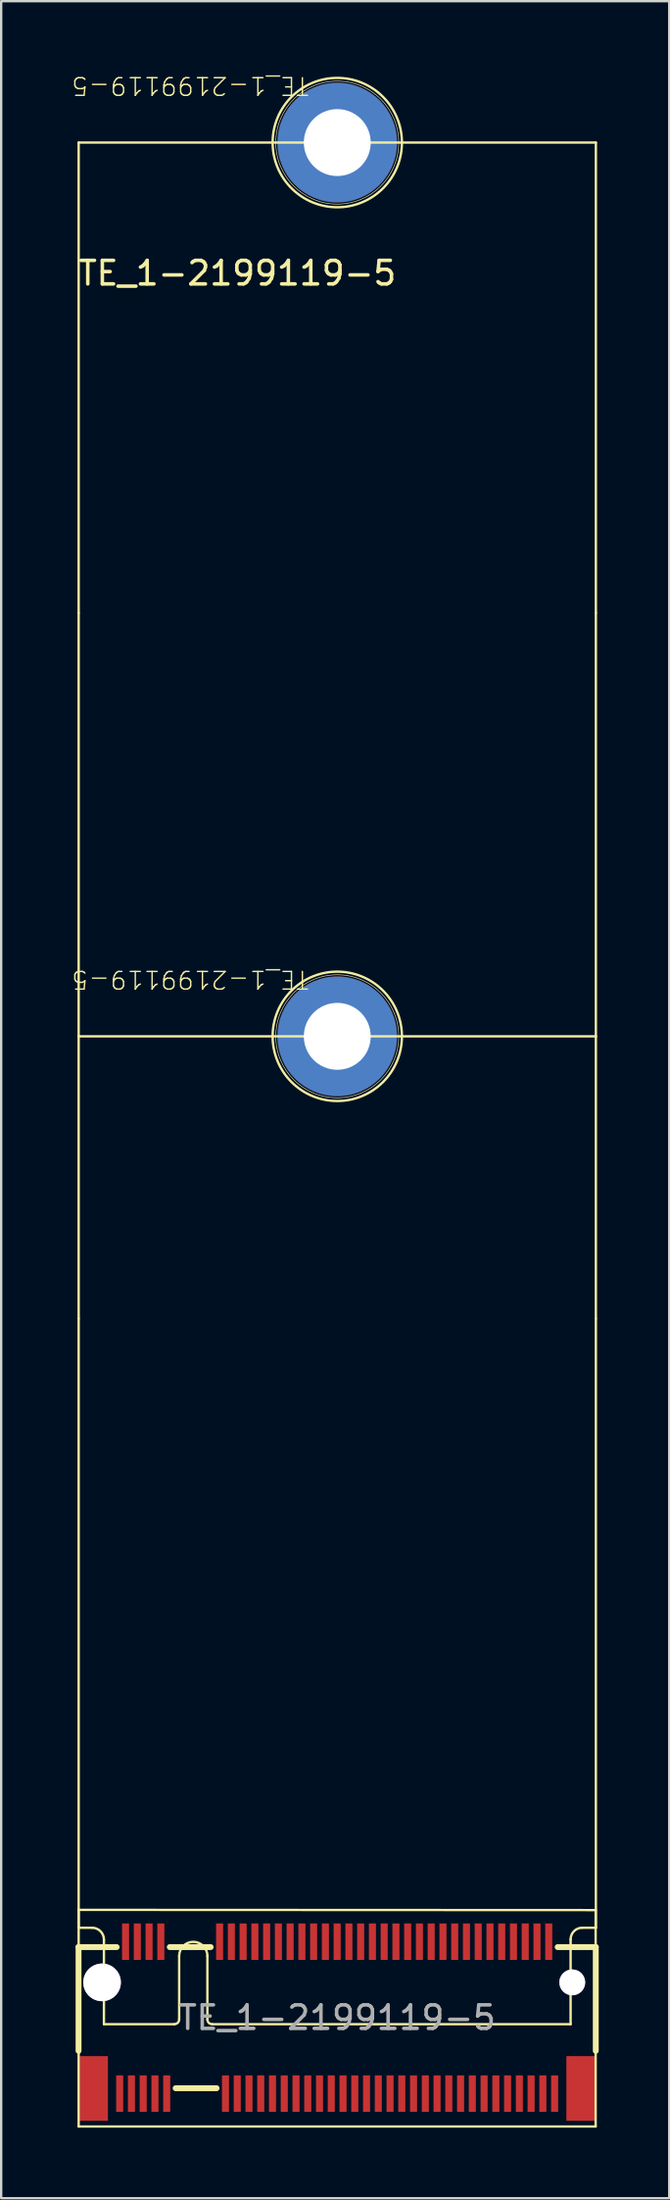
<source format=kicad_pcb>
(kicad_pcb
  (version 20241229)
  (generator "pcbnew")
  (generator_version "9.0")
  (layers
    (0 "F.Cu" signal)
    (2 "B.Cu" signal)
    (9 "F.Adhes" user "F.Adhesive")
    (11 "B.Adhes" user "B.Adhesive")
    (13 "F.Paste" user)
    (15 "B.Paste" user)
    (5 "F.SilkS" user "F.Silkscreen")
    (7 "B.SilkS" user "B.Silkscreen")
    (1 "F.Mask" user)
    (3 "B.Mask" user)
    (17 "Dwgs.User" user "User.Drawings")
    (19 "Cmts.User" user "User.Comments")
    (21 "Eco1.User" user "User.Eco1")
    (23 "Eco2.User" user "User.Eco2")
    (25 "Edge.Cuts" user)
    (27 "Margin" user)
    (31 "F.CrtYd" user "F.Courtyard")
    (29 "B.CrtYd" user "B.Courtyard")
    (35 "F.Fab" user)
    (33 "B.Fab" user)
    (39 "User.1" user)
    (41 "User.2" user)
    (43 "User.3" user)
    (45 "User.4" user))
  (footprint "TE_1-2199119-5"
    (layer "F.Cu")
    (at 15.012 14.527)
    (property "Reference" "TE_1-2199119-5" (at -7.965 -5.962 0) (layer "F.SilkS") (effects (font (size 1.001 1.001) (thickness 0.15))))
    (attr smd)
    (fp_line (start -14.721 65.208) (end -14.721 69.618) (stroke (width 0.25) (type solid)) (layer "F.SilkS"))
    (fp_line (start -14.716 -11.515) (end -14.716 8.485) (stroke (width 0.1) (type solid)) (layer "F.SilkS"))
    (fp_line (start -14.716 38.485) (end -14.716 64.385) (stroke (width 0.1) (type solid)) (layer "F.SilkS"))
    (fp_line (start -14.716 26.485) (end -14.716 38.485) (stroke (width 0.1) (type solid)) (layer "F.SilkS"))
    (fp_line (start -14.716 63.625) (end 7.274 63.635) (stroke (width 0.1) (type default)) (layer "F.SilkS"))
    (fp_line (start -14.716 8.485) (end -14.716 26.485) (stroke (width 0.1) (type solid)) (layer "F.SilkS"))
    (fp_line (start -14.716 72.835) (end -14.716 63.625) (stroke (width 0.1) (type default)) (layer "F.SilkS"))
    (fp_line (start -14.146 64.385) (end -14.716 64.385) (stroke (width 0.1) (type solid)) (layer "F.SilkS"))
    (fp_line (start -13.641 64.89) (end -13.641 68.485) (stroke (width 0.1) (type solid)) (layer "F.SilkS"))
    (fp_line (start -13.101 65.208) (end -14.721 65.208) (stroke (width 0.25) (type solid)) (layer "F.SilkS"))
    (fp_line (start -10.646 68.485) (end -13.641 68.485) (stroke (width 0.1) (type solid)) (layer "F.SilkS"))
    (fp_line (start -10.441 65.585) (end -10.441 68.28) (stroke (width 0.1) (type solid)) (layer "F.SilkS"))
    (fp_line (start -9.241 65.585) (end -9.241 68.285) (stroke (width 0.1) (type solid)) (layer "F.SilkS"))
    (fp_line (start -9.101 65.208) (end -10.841 65.208) (stroke (width 0.25) (type solid)) (layer "F.SilkS"))
    (fp_line (start -8.851 71.208) (end -10.591 71.208) (stroke (width 0.25) (type solid)) (layer "F.SilkS"))
    (fp_line (start 5.659 65.208) (end 7.279 65.208) (stroke (width 0.25) (type solid)) (layer "F.SilkS"))
    (fp_line (start 6.209 64.88) (end 6.209 68.485) (stroke (width 0.1) (type solid)) (layer "F.SilkS"))
    (fp_line (start 6.209 68.485) (end -9.041 68.485) (stroke (width 0.1) (type solid)) (layer "F.SilkS"))
    (fp_line (start 7.274 72.835) (end -14.716 72.835) (stroke (width 0.1) (type default)) (layer "F.SilkS"))
    (fp_line (start 7.274 63.635) (end 7.274 72.835) (stroke (width 0.1) (type default)) (layer "F.SilkS"))
    (fp_line (start 7.279 65.208) (end 7.279 69.618) (stroke (width 0.25) (type solid)) (layer "F.SilkS"))
    (fp_line (start 7.284 -11.515) (end -14.716 -11.515) (stroke (width 0.1) (type solid)) (layer "F.SilkS"))
    (fp_line (start 7.284 -11.515) (end 7.284 8.485) (stroke (width 0.1) (type solid)) (layer "F.SilkS"))
    (fp_line (start 7.284 8.485) (end 7.284 26.485) (stroke (width 0.1) (type solid)) (layer "F.SilkS"))
    (fp_line (start 7.284 38.485) (end 7.284 64.385) (stroke (width 0.1) (type solid)) (layer "F.SilkS"))
    (fp_line (start 7.284 64.385) (end 6.704 64.385) (stroke (width 0.1) (type solid)) (layer "F.SilkS"))
    (fp_line (start 7.284 26.485) (end -14.716 26.485) (stroke (width 0.1) (type solid)) (layer "F.SilkS"))
    (fp_line (start 7.284 26.485) (end 7.284 38.485) (stroke (width 0.1) (type solid)) (layer "F.SilkS"))
    (fp_arc (start -14.145777 64.38499) (mid -13.788689 64.532901) (end -13.640776 64.889988) (stroke (width 0.1) (type solid)) (layer "F.SilkS"))
    (fp_arc (start -10.440777 65.584986) (mid -9.840776 64.984991) (end -9.240777 65.584989) (stroke (width 0.1) (type solid)) (layer "F.SilkS"))
    (fp_arc (start -10.440777 68.279991) (mid -10.500822 68.424944) (end -10.645777 68.484989) (stroke (width 0.1) (type solid)) (layer "F.SilkS"))
    (fp_arc (start -9.040777 68.484985) (mid -9.182199 68.426411) (end -9.240776 68.284991) (stroke (width 0.1) (type solid)) (layer "F.SilkS"))
    (fp_arc (start 6.209224 64.879992) (mid 6.354205 64.529971) (end 6.704223 64.384989) (stroke (width 0.1) (type solid)) (layer "F.SilkS"))
    (fp_circle (center -3.716 -11.515) (end -3.716 -14.13) (stroke (width 0.025) (type solid)) (fill no) (layer "F.SilkS"))
    (fp_circle (center -3.716 -11.515) (end -3.716 -8.765) (stroke (width 0.1) (type solid)) (fill no) (layer "F.SilkS"))
    (fp_circle (center -3.716 26.485) (end -3.716 29.235) (stroke (width 0.1) (type solid)) (fill no) (layer "F.SilkS"))
    (fp_circle (center -3.716 26.485) (end -3.716 23.87) (stroke (width 0.025) (type solid)) (fill no) (layer "F.SilkS"))
    (fp_circle (center -3.708 -11.515) (end -3.708 -12.848) (stroke (width 0.025) (type solid)) (fill no) (layer "F.SilkS"))
    (fp_circle (center -3.708 26.485) (end -3.708 25.152) (stroke (width 0.025) (type solid)) (fill no) (layer "F.SilkS"))
    (fp_arc (start -4.74038 -9.849519) (mid -5.659393 -11.691059) (end -4.43738 -13.347118) (stroke (width 0.762) (type solid)) (layer "F.Paste"))
    (fp_arc (start -4.740379 28.150486) (mid -5.659392 26.308946) (end -4.437379 24.652887) (stroke (width 0.762) (type solid)) (layer "F.Paste"))
    (fp_arc (start -2.875273 -13.263511) (mid -1.791145 -11.247794) (end -3.343673 -9.566104) (stroke (width 0.762) (type solid)) (layer "F.Paste"))
    (fp_arc (start -2.875272 24.736494) (mid -1.791144 26.752211) (end -3.343672 28.433901) (stroke (width 0.762) (type solid)) (layer "F.Paste"))
    (fp_circle (center -3.715 -11.515) (end -3.715 -14.13) (stroke (width 0.025) (type solid)) (fill no) (layer "Eco1.User"))
    (fp_circle (center -3.715 26.485) (end -3.715 23.87) (stroke (width 0.025) (type solid)) (fill no) (layer "Eco1.User"))
    (fp_poly (pts (xy 7.284 63.635) (xy 7.284 72.835) (xy -14.716 72.835) (xy -14.716 63.635)) (stroke (width 0.1) (type dash)) (fill no) (layer "Eco1.User"))
    (fp_poly (pts (xy -1.038 -11.515) (xy -1.07 -11.934) (xy -1.169 -12.343) (xy -1.329 -12.731) (xy -1.549 -13.089) (xy -1.822 -13.409) (xy -2.142 -13.682) (xy -2.5 -13.901) (xy -2.888 -14.062) (xy -3.297 -14.16) (xy -3.716 -14.193) (xy -4.135 -14.16) (xy -4.543 -14.062) (xy -4.932 -13.901) (xy -5.051 -13.828) (xy -5.29 -13.682) (xy -5.61 -13.409) (xy -5.883 -13.089) (xy -6.102 -12.731) (xy -6.263 -12.343) (xy -6.361 -11.934) (xy -6.394 -11.515) (xy -6.361 -11.096) (xy -6.263 -10.687) (xy -6.102 -10.299) (xy -5.883 -9.941) (xy -5.61 -9.621) (xy -5.29 -9.348) (xy -5.051 -9.202) (xy -4.932 -9.129) (xy -4.543 -8.968) (xy -4.135 -8.87) (xy -3.716 -8.837) (xy -3.297 -8.87) (xy -2.888 -8.968) (xy -2.5 -9.129) (xy -2.142 -9.348) (xy -1.822 -9.621) (xy -1.549 -9.941) (xy -1.329 -10.299) (xy -1.169 -10.687) (xy -1.07 -11.096)) (stroke (width 0.1) (type dash)) (fill no) (layer "Eco1.User"))
    (fp_poly (pts (xy -1.038 26.485) (xy -1.07 26.066) (xy -1.169 25.657) (xy -1.329 25.269) (xy -1.549 24.911) (xy -1.822 24.591) (xy -2.142 24.318) (xy -2.5 24.099) (xy -2.888 23.938) (xy -3.297 23.84) (xy -3.716 23.807) (xy -4.135 23.84) (xy -4.543 23.938) (xy -4.932 24.099) (xy -5.051 24.172) (xy -5.29 24.318) (xy -5.61 24.591) (xy -5.883 24.911) (xy -6.102 25.269) (xy -6.263 25.657) (xy -6.361 26.066) (xy -6.394 26.485) (xy -6.361 26.904) (xy -6.263 27.313) (xy -6.102 27.701) (xy -5.883 28.059) (xy -5.61 28.379) (xy -5.29 28.652) (xy -5.051 28.798) (xy -4.932 28.871) (xy -4.543 29.032) (xy -4.135 29.13) (xy -3.716 29.163) (xy -3.297 29.13) (xy -2.888 29.032) (xy -2.5 28.871) (xy -2.142 28.652) (xy -1.822 28.379) (xy -1.549 28.059) (xy -1.329 27.701) (xy -1.169 27.313) (xy -1.07 26.904)) (stroke (width 0.1) (type dash)) (fill no) (layer "Eco1.User"))
    (fp_poly (pts (xy -1.173 -11.515) (xy -1.222 -12.011) (xy -1.367 -12.488) (xy -1.602 -12.928) (xy -1.918 -13.313) (xy -2.303 -13.629) (xy -2.743 -13.864) (xy -3.22 -14.009) (xy -3.716 -14.058) (xy -4.212 -14.009) (xy -4.689 -13.864) (xy -4.982 -13.707) (xy -5.128 -13.629) (xy -5.514 -13.313) (xy -5.83 -12.928) (xy -6.065 -12.488) (xy -6.209 -12.011) (xy -6.258 -11.515) (xy -6.209 -11.019) (xy -6.065 -10.542) (xy -5.83 -10.102) (xy -5.514 -9.717) (xy -5.128 -9.401) (xy -4.982 -9.323) (xy -4.689 -9.166) (xy -4.212 -9.021) (xy -3.716 -8.972) (xy -3.22 -9.021) (xy -2.743 -9.166) (xy -2.303 -9.401) (xy -1.918 -9.717) (xy -1.602 -10.102) (xy -1.367 -10.542) (xy -1.222 -11.019)) (stroke (width 0.1) (type default)) (fill no) (layer "User.7"))
    (fp_poly (pts (xy -1.173 26.485) (xy -1.222 25.989) (xy -1.367 25.512) (xy -1.602 25.072) (xy -1.918 24.687) (xy -2.303 24.371) (xy -2.743 24.136) (xy -3.22 23.991) (xy -3.716 23.942) (xy -4.212 23.991) (xy -4.689 24.136) (xy -4.982 24.293) (xy -5.128 24.371) (xy -5.514 24.687) (xy -5.83 25.072) (xy -6.065 25.512) (xy -6.209 25.989) (xy -6.258 26.485) (xy -6.209 26.981) (xy -6.065 27.458) (xy -5.83 27.898) (xy -5.514 28.283) (xy -5.128 28.599) (xy -4.982 28.677) (xy -4.689 28.834) (xy -4.212 28.979) (xy -3.716 29.028) (xy -3.22 28.979) (xy -2.743 28.834) (xy -2.303 28.599) (xy -1.918 28.283) (xy -1.602 27.898) (xy -1.367 27.458) (xy -1.222 26.981)) (stroke (width 0.1) (type default)) (fill no) (layer "User.7"))
    (fp_text user "${REFERENCE}" (at -4.875 -14.369 180) (unlocked yes) (layer "F.SilkS") (effects (font (size 0.75 0.75) (thickness 0.06)) (justify left bottom)))
    (fp_text user "${REFERENCE}" (at -4.875 23.631 180) (unlocked yes) (layer "F.SilkS") (effects (font (size 0.75 0.75) (thickness 0.06)) (justify left bottom)))
    (fp_text user "1" (at -3.741 26.482 180) (unlocked yes) (layer "Eco1.User") (effects (font (size 1.016 1.016) (thickness 0.076)) (justify left bottom)))
    (fp_text user "1" (at -3.741 -11.518 180) (unlocked yes) (layer "Eco1.User") (effects (font (size 1.016 1.016) (thickness 0.076)) (justify left bottom)))
    (fp_text user "${REFERENCE}" (at -3.721 68.208 0) (layer "F.Fab") (effects (font (size 1 1) (thickness 0.15))))
    (pad "" thru_hole circle (at -13.721 66.708 180) (size 1.6 1.6) (drill 1.6) (layers "*.Cu" "*.Mask"))
    (pad "" thru_hole circle (at 6.279 66.708 180) (size 1.1 1.1) (drill 1.1) (layers "*.Cu" "*.Mask"))
    (pad "1" smd rect (at 5.529 71.438 180) (size 0.3 1.55) (layers "F.Cu" "F.Mask" "F.Paste"))
    (pad "2" smd rect (at 5.279 64.978 180) (size 0.3 1.55) (layers "F.Cu" "F.Mask" "F.Paste"))
    (pad "3" smd rect (at 5.029 71.438 180) (size 0.3 1.55) (layers "F.Cu" "F.Mask" "F.Paste"))
    (pad "4" smd rect (at 4.779 64.978 180) (size 0.3 1.55) (layers "F.Cu" "F.Mask" "F.Paste"))
    (pad "5" smd rect (at 4.529 71.438 180) (size 0.3 1.55) (layers "F.Cu" "F.Mask" "F.Paste"))
    (pad "6" smd rect (at 4.279 64.978 180) (size 0.3 1.55) (layers "F.Cu" "F.Mask" "F.Paste"))
    (pad "7" smd rect (at 4.029 71.438 180) (size 0.3 1.55) (layers "F.Cu" "F.Mask" "F.Paste"))
    (pad "8" smd rect (at 3.779 64.978 180) (size 0.3 1.55) (layers "F.Cu" "F.Mask" "F.Paste"))
    (pad "9" smd rect (at 3.529 71.438 180) (size 0.3 1.55) (layers "F.Cu" "F.Mask" "F.Paste"))
    (pad "10" smd rect (at 3.279 64.978 180) (size 0.3 1.55) (layers "F.Cu" "F.Mask" "F.Paste"))
    (pad "11" smd rect (at 3.029 71.438 180) (size 0.3 1.55) (layers "F.Cu" "F.Mask" "F.Paste"))
    (pad "12" smd rect (at 2.779 64.978 180) (size 0.3 1.55) (layers "F.Cu" "F.Mask" "F.Paste"))
    (pad "13" smd rect (at 2.529 71.438 180) (size 0.3 1.55) (layers "F.Cu" "F.Mask" "F.Paste"))
    (pad "14" smd rect (at 2.279 64.978 180) (size 0.3 1.55) (layers "F.Cu" "F.Mask" "F.Paste"))
    (pad "15" smd rect (at 2.029 71.438 180) (size 0.3 1.55) (layers "F.Cu" "F.Mask" "F.Paste"))
    (pad "16" smd rect (at 1.779 64.978 180) (size 0.3 1.55) (layers "F.Cu" "F.Mask" "F.Paste"))
    (pad "17" smd rect (at 1.529 71.438 180) (size 0.3 1.55) (layers "F.Cu" "F.Mask" "F.Paste"))
    (pad "18" smd rect (at 1.279 64.978 180) (size 0.3 1.55) (layers "F.Cu" "F.Mask" "F.Paste"))
    (pad "19" smd rect (at 1.029 71.438 180) (size 0.3 1.55) (layers "F.Cu" "F.Mask" "F.Paste"))
    (pad "20" smd rect (at 0.779 64.978 180) (size 0.3 1.55) (layers "F.Cu" "F.Mask" "F.Paste"))
    (pad "21" smd rect (at 0.529 71.438 180) (size 0.3 1.55) (layers "F.Cu" "F.Mask" "F.Paste"))
    (pad "22" smd rect (at 0.279 64.978 180) (size 0.3 1.55) (layers "F.Cu" "F.Mask" "F.Paste"))
    (pad "23" smd rect (at 0.029 71.438 180) (size 0.3 1.55) (layers "F.Cu" "F.Mask" "F.Paste"))
    (pad "24" smd rect (at -0.221 64.978 180) (size 0.3 1.55) (layers "F.Cu" "F.Mask" "F.Paste"))
    (pad "25" smd rect (at -0.471 71.438 180) (size 0.3 1.55) (layers "F.Cu" "F.Mask" "F.Paste"))
    (pad "26" smd rect (at -0.721 64.978 180) (size 0.3 1.55) (layers "F.Cu" "F.Mask" "F.Paste"))
    (pad "27" smd rect (at -0.971 71.438 180) (size 0.3 1.55) (layers "F.Cu" "F.Mask" "F.Paste"))
    (pad "28" smd rect (at -1.221 64.978 180) (size 0.3 1.55) (layers "F.Cu" "F.Mask" "F.Paste"))
    (pad "29" smd rect (at -1.471 71.438 180) (size 0.3 1.55) (layers "F.Cu" "F.Mask" "F.Paste"))
    (pad "30" smd rect (at -1.721 64.978 180) (size 0.3 1.55) (layers "F.Cu" "F.Mask" "F.Paste"))
    (pad "31" smd rect (at -1.971 71.438 180) (size 0.3 1.55) (layers "F.Cu" "F.Mask" "F.Paste"))
    (pad "32" smd rect (at -2.221 64.978 180) (size 0.3 1.55) (layers "F.Cu" "F.Mask" "F.Paste"))
    (pad "33" smd rect (at -2.471 71.438 180) (size 0.3 1.55) (layers "F.Cu" "F.Mask" "F.Paste"))
    (pad "34" smd rect (at -2.721 64.978 180) (size 0.3 1.55) (layers "F.Cu" "F.Mask" "F.Paste"))
    (pad "35" smd rect (at -2.971 71.438 180) (size 0.3 1.55) (layers "F.Cu" "F.Mask" "F.Paste"))
    (pad "36" smd rect (at -3.221 64.978 180) (size 0.3 1.55) (layers "F.Cu" "F.Mask" "F.Paste"))
    (pad "37" smd rect (at -3.471 71.438 180) (size 0.3 1.55) (layers "F.Cu" "F.Mask" "F.Paste"))
    (pad "38" smd rect (at -3.721 64.978 180) (size 0.3 1.55) (layers "F.Cu" "F.Mask" "F.Paste"))
    (pad "39" smd rect (at -3.971 71.438 180) (size 0.3 1.55) (layers "F.Cu" "F.Mask" "F.Paste"))
    (pad "40" smd rect (at -4.221 64.978 180) (size 0.3 1.55) (layers "F.Cu" "F.Mask" "F.Paste"))
    (pad "41" smd rect (at -4.471 71.438 180) (size 0.3 1.55) (layers "F.Cu" "F.Mask" "F.Paste"))
    (pad "42" smd rect (at -4.721 64.978 180) (size 0.3 1.55) (layers "F.Cu" "F.Mask" "F.Paste"))
    (pad "43" smd rect (at -4.971 71.438 180) (size 0.3 1.55) (layers "F.Cu" "F.Mask" "F.Paste"))
    (pad "44" smd rect (at -5.221 64.978 180) (size 0.3 1.55) (layers "F.Cu" "F.Mask" "F.Paste"))
    (pad "45" smd rect (at -5.471 71.438 180) (size 0.3 1.55) (layers "F.Cu" "F.Mask" "F.Paste"))
    (pad "46" smd rect (at -5.721 64.978 180) (size 0.3 1.55) (layers "F.Cu" "F.Mask" "F.Paste"))
    (pad "47" smd rect (at -5.971 71.438 180) (size 0.3 1.55) (layers "F.Cu" "F.Mask" "F.Paste"))
    (pad "48" smd rect (at -6.221 64.978 180) (size 0.3 1.55) (layers "F.Cu" "F.Mask" "F.Paste"))
    (pad "49" smd rect (at -6.471 71.438 180) (size 0.3 1.55) (layers "F.Cu" "F.Mask" "F.Paste"))
    (pad "50" smd rect (at -6.721 64.978 180) (size 0.3 1.55) (layers "F.Cu" "F.Mask" "F.Paste"))
    (pad "51" smd rect (at -6.971 71.438 180) (size 0.3 1.55) (layers "F.Cu" "F.Mask" "F.Paste"))
    (pad "52" smd rect (at -7.221 64.978 180) (size 0.3 1.55) (layers "F.Cu" "F.Mask" "F.Paste"))
    (pad "53" smd rect (at -7.471 71.438 180) (size 0.3 1.55) (layers "F.Cu" "F.Mask" "F.Paste"))
    (pad "54" smd rect (at -7.721 64.978 180) (size 0.3 1.55) (layers "F.Cu" "F.Mask" "F.Paste"))
    (pad "55" smd rect (at -7.971 71.438 180) (size 0.3 1.55) (layers "F.Cu" "F.Mask" "F.Paste"))
    (pad "56" smd rect (at -8.221 64.978 180) (size 0.3 1.55) (layers "F.Cu" "F.Mask" "F.Paste"))
    (pad "57" smd rect (at -8.471 71.438 180) (size 0.3 1.55) (layers "F.Cu" "F.Mask" "F.Paste"))
    (pad "58" smd rect (at -8.721 64.978 180) (size 0.3 1.55) (layers "F.Cu" "F.Mask" "F.Paste"))
    (pad "67" smd rect (at -10.971 71.438 180) (size 0.3 1.55) (layers "F.Cu" "F.Mask" "F.Paste"))
    (pad "68" smd rect (at -11.221 64.978 180) (size 0.3 1.55) (layers "F.Cu" "F.Mask" "F.Paste"))
    (pad "69" smd rect (at -11.471 71.438 180) (size 0.3 1.55) (layers "F.Cu" "F.Mask" "F.Paste"))
    (pad "70" smd rect (at -11.721 64.978 180) (size 0.3 1.55) (layers "F.Cu" "F.Mask" "F.Paste"))
    (pad "71" smd rect (at -11.971 71.438 180) (size 0.3 1.55) (layers "F.Cu" "F.Mask" "F.Paste"))
    (pad "72" smd rect (at -12.221 64.978 180) (size 0.3 1.55) (layers "F.Cu" "F.Mask" "F.Paste"))
    (pad "73" smd rect (at -12.471 71.438 180) (size 0.3 1.55) (layers "F.Cu" "F.Mask" "F.Paste"))
    (pad "74" smd rect (at -12.721 64.978 180) (size 0.3 1.55) (layers "F.Cu" "F.Mask" "F.Paste"))
    (pad "75" smd rect (at -12.971 71.438 180) (size 0.3 1.55) (layers "F.Cu" "F.Mask" "F.Paste"))
    (pad "76" smd rect (at -14.071 71.218 180) (size 1.2 2.75) (layers "F.Cu" "F.Mask" "F.Paste"))
    (pad "77" thru_hole circle (at -3.716 -11.515 180) (size 5.08 5.08) (drill 2.845) (layers "*.Cu" "*.Mask"))
    (pad "77" thru_hole circle (at -3.716 26.485 180) (size 5.08 5.08) (drill 2.845) (layers "*.Cu" "*.Mask"))
    (pad "77" smd rect (at 6.629 71.218 180) (size 1.2 2.75) (layers "F.Cu" "F.Mask" "F.Paste"))
    (zone (net_name "") (layer "F.Cu") (hatch edge 0.5) (connect_pads) (min_thickness 0.25) (filled_areas_thickness no) (keepout (tracks not_allowed) (vias not_allowed) (pads not_allowed) (copperpour not_allowed) (footprints allowed)) (placement (enabled no)) (fill) (polygon (pts (arc (start 11.296145 0.091225) (mid 14.217145 3.012225) (end 11.296145 5.933225)) (arc (start 11.296145 5.552225) (mid 13.836145 3.012225) (end 11.296145 0.472225)))))
    (zone (net_name "") (layer "F.Cu") (hatch edge 0.5) (connect_pads) (min_thickness 0.25) (filled_areas_thickness no) (keepout (tracks not_allowed) (vias not_allowed) (pads not_allowed) (copperpour not_allowed) (footprints allowed)) (placement (enabled no)) (fill) (polygon (pts (arc (start 11.296145 5.933225) (mid 8.375145 3.012225) (end 11.296145 0.091225)) (arc (start 11.296145 0.472225) (mid 8.756145 3.012225) (end 11.296145 5.552225)))))
    (zone (net_name "") (layer "F.Cu") (hatch edge 0.5) (connect_pads) (min_thickness 0.25) (filled_areas_thickness no) (keepout (tracks not_allowed) (vias not_allowed) (pads not_allowed) (copperpour not_allowed) (footprints allowed)) (placement (enabled no)) (fill) (polygon (pts (arc (start 11.296146 38.09123) (mid 14.217146 41.01223) (end 11.296146 43.93323)) (arc (start 11.296146 43.55223) (mid 13.836146 41.01223) (end 11.296146 38.47223)))))
    (zone (net_name "") (layer "F.Cu") (hatch edge 0.5) (connect_pads) (min_thickness 0.25) (filled_areas_thickness no) (keepout (tracks not_allowed) (vias not_allowed) (pads not_allowed) (copperpour not_allowed) (footprints allowed)) (placement (enabled no)) (fill) (polygon (pts (arc (start 11.296146 43.93323) (mid 8.375146 41.01223) (end 11.296146 38.09123)) (arc (start 11.296146 38.47223) (mid 8.756146 41.01223) (end 11.296146 43.55223))))))
  (gr_rect
    (start -3 -3)
    (end 25.416 90.412)
    (stroke (width 0.1) (type default))
    (fill no)
    (layer "Edge.Cuts")))
</source>
